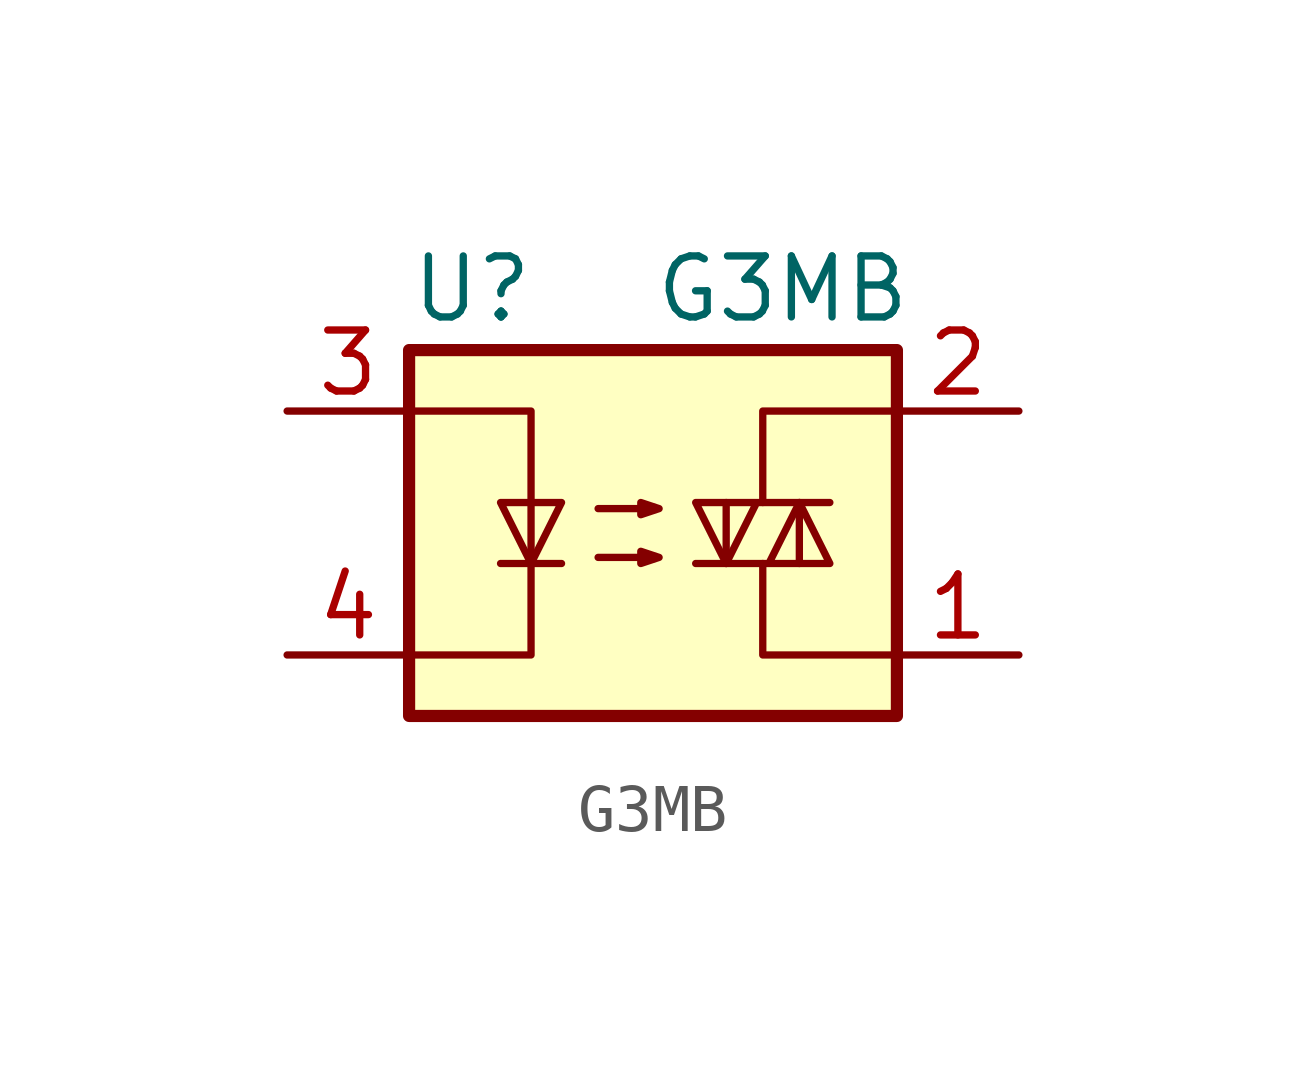
<source format=kicad_sym>
(kicad_symbol_lib
  (version 20211014)
  (generator kicad_symbol_editor)
  (symbol "G3MB"
    (property "Reference" "U"
      (at -5.08 5.08 0)
      (effects (font (size 1.27 1.27)) (justify left)))
    (property "Value" "G3MB"
      (at 0 5.08 0)
      (effects (font (size 1.27 1.27)) (justify left)))
    (symbol "G3MB_0_1"
      (rectangle (start -5.08 3.81) (end 5.08 -3.81) (stroke (width 0.254) (type default) (color 0 0 0 0)) (fill (type background)))
      (polyline (pts (xy -3.175 -0.635) (xy -1.905 -0.635)) (stroke (width 0) (type default) (color 0 0 0 0)) (fill (type none)))
      (polyline (pts (xy 1.524 -0.635) (xy 1.524 0.635)) (stroke (width 0) (type default) (color 0 0 0 0)) (fill (type none)))
      (polyline (pts (xy 3.048 0.635) (xy 3.048 -0.635)) (stroke (width 0) (type default) (color 0 0 0 0)) (fill (type none)))
      (polyline (pts (xy 2.286 -0.635) (xy 2.286 -2.54) (xy 5.08 -2.54)) (stroke (width 0) (type default) (color 0 0 0 0)) (fill (type none)))
      (polyline (pts (xy 2.286 0.635) (xy 2.286 2.54) (xy 5.08 2.54)) (stroke (width 0) (type default) (color 0 0 0 0)) (fill (type none)))
      (polyline (pts (xy -5.08 2.54) (xy -2.54 2.54) (xy -2.54 -2.54) (xy -5.08 -2.54)) (stroke (width 0) (type default) (color 0 0 0 0)) (fill (type none)))
      (polyline (pts (xy -2.54 -0.635) (xy -3.175 0.635) (xy -1.905 0.635) (xy -2.54 -0.635)) (stroke (width 0) (type default) (color 0 0 0 0)) (fill (type none)))
      (polyline (pts (xy 0.889 -0.635) (xy 3.683 -0.635) (xy 3.048 0.635) (xy 2.413 -0.635)) (stroke (width 0) (type default) (color 0 0 0 0)) (fill (type none)))
      (polyline (pts (xy 3.683 0.635) (xy 0.889 0.635) (xy 1.524 -0.635) (xy 2.159 0.635)) (stroke (width 0) (type default) (color 0 0 0 0)) (fill (type none)))
      (polyline (pts (xy -1.143 -0.508) (xy 0.127 -0.508) (xy -0.254 -0.635) (xy -0.254 -0.381) (xy 0.127 -0.508)) (stroke (width 0) (type default) (color 0 0 0 0)) (fill (type none)))
      (polyline (pts (xy -1.143 0.508) (xy 0.127 0.508) (xy -0.254 0.381) (xy -0.254 0.635) (xy 0.127 0.508)) (stroke (width 0) (type default) (color 0 0 0 0)) (fill (type none))))
    (symbol "G3MB_1_1"
      (pin passive line (at 7.62 -2.54 180) (length 2.54) (name "~" (effects (font (size 1.27 1.27)))) (number "1" (effects (font (size 1.27 1.27)))))
      (pin passive line (at 7.62 2.54 180) (length 2.54) (name "~" (effects (font (size 1.27 1.27)))) (number "2" (effects (font (size 1.27 1.27)))))
      (pin passive line (at -7.62 2.54 0) (length 2.54) (name "~" (effects (font (size 1.27 1.27)))) (number "3" (effects (font (size 1.27 1.27)))))
      (pin passive line (at -7.62 -2.54 0) (length 2.54) (name "~" (effects (font (size 1.27 1.27)))) (number "4" (effects (font (size 1.27 1.27))))))))
</source>
